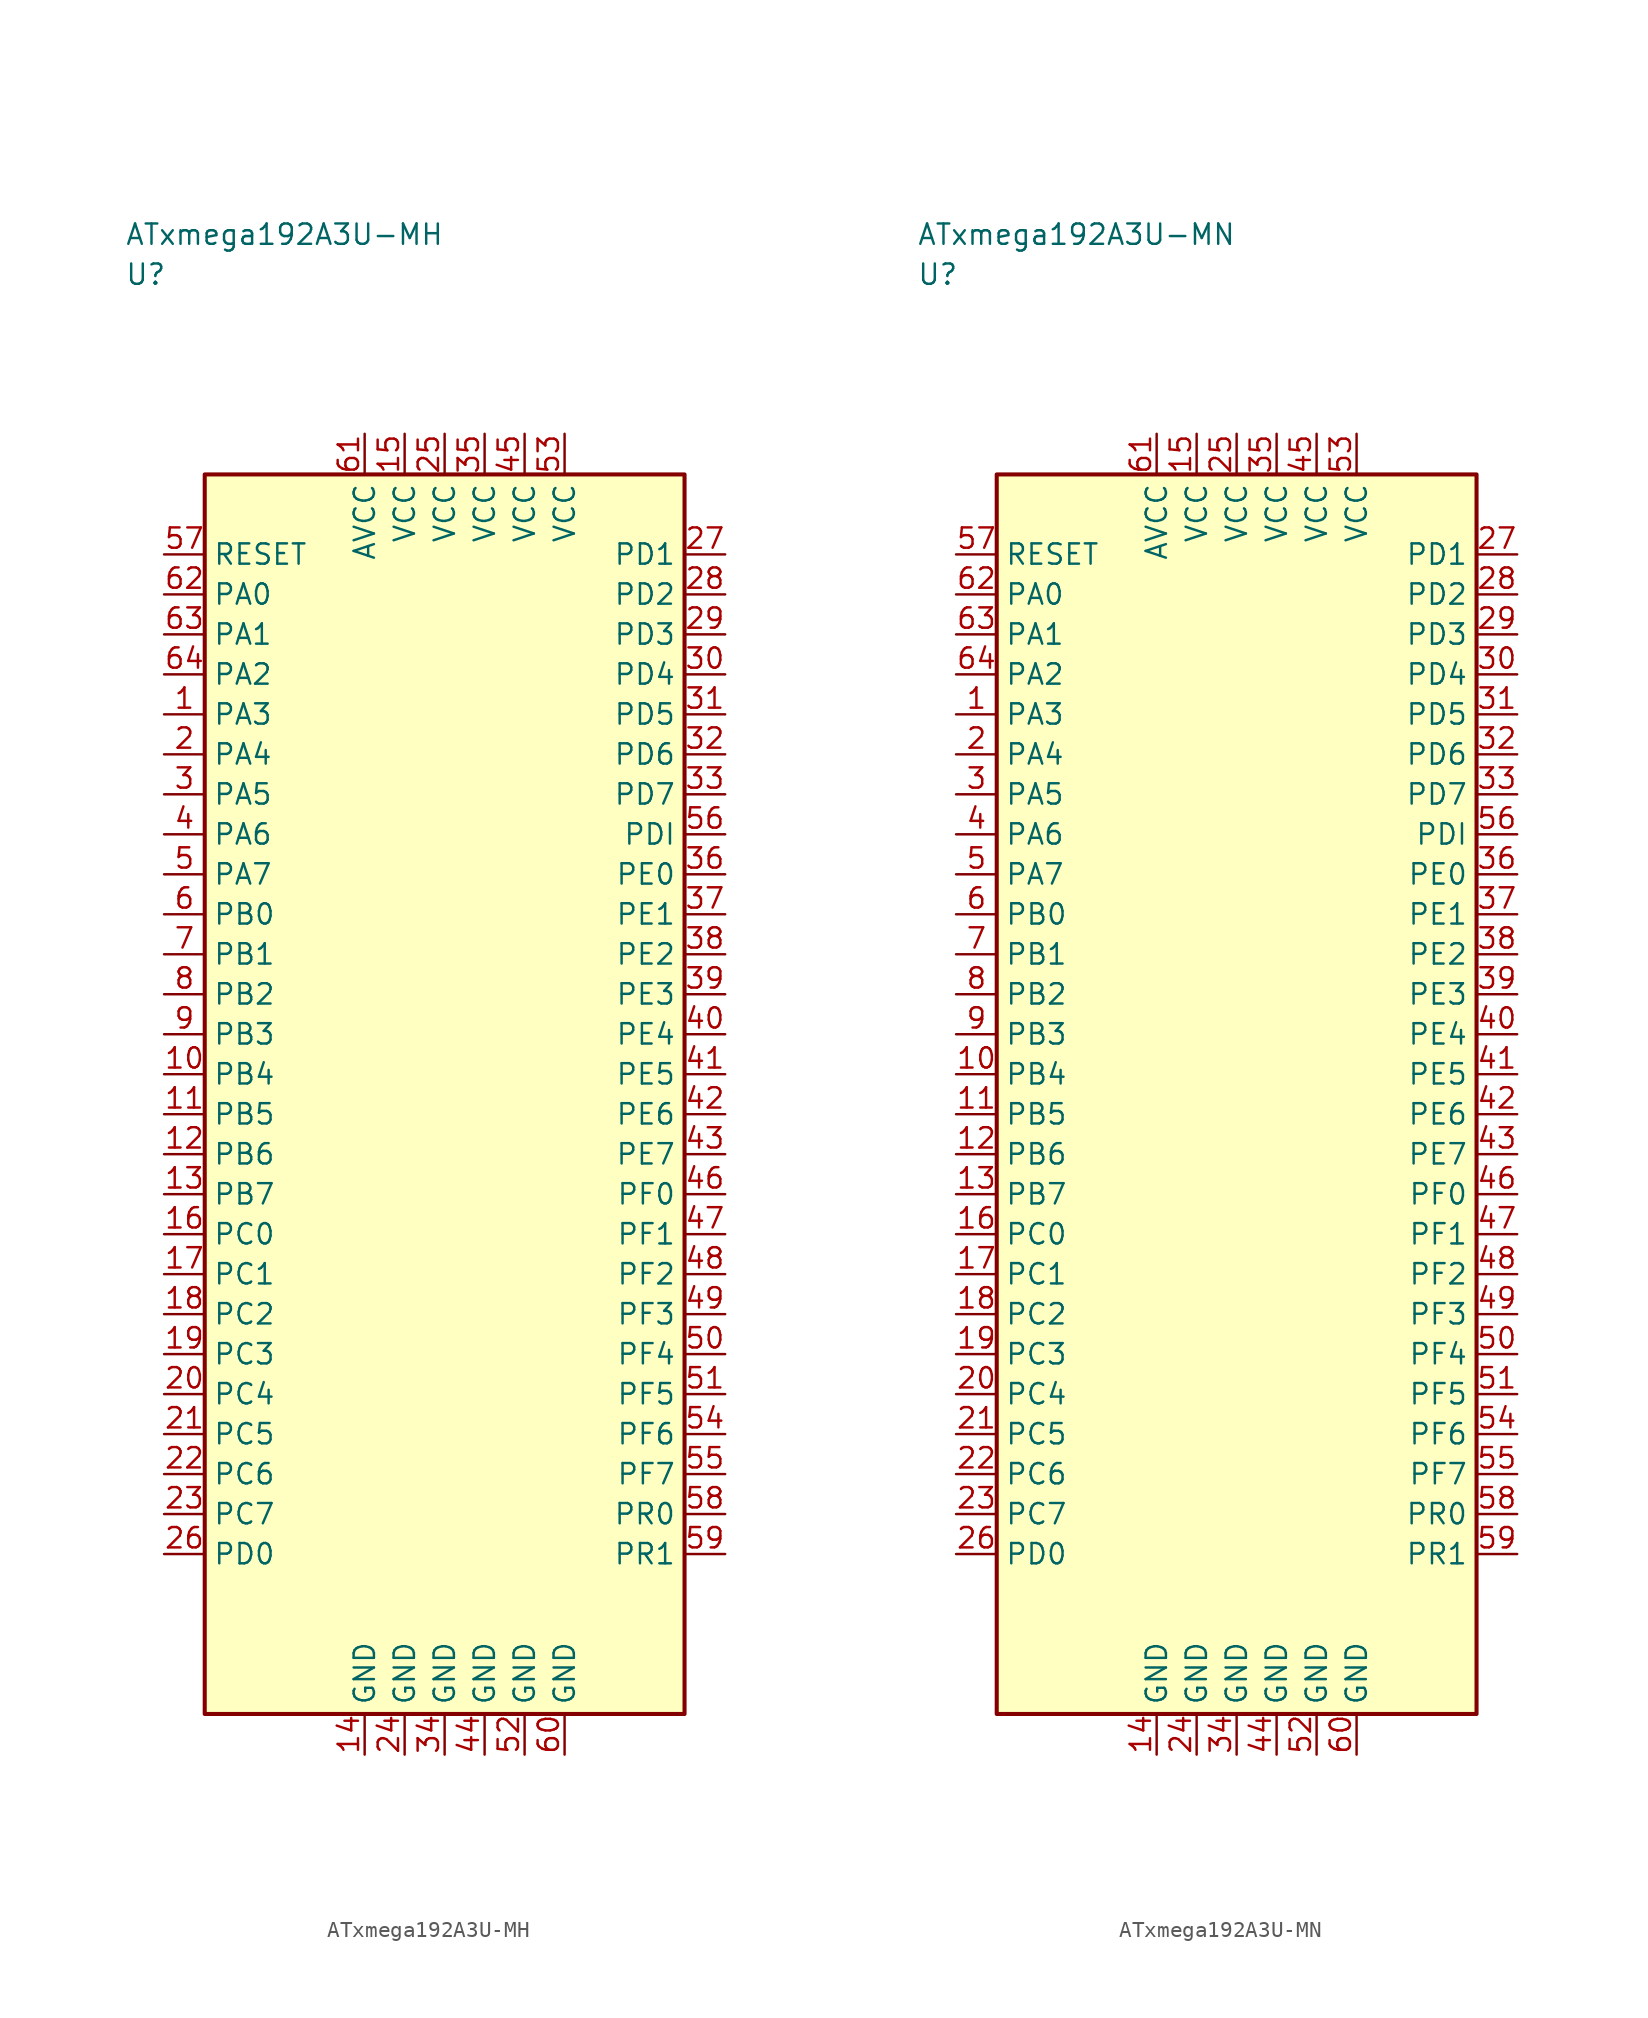
<source format=kicad_sym>
(kicad_symbol_lib
  (version 20241025)
  (generator "kicad_symbol_editor")
  (generator_version "8.0")
  (symbol "ATxmega192A3U-MH"
    (property "Reference" "U"
      (at -20.0 51.25 0)
      (effects (font (size 1.27 1.27)) (justify left)))
    (property "Value" "ATxmega192A3U-MH"
      (at -20.0 53.75 0)
      (effects (font (size 1.27 1.27)) (justify left)))
    (symbol "ATxmega192A3U-MH_0_1"
      (rectangle (start -15.0 38.75) (end 15.0 -38.75) (stroke (width 0.254) (type default)) (fill (type background))))
    (symbol "ATxmega192A3U-MH_1_1"
      (pin bidirectional line (at -17.54 23.75 0.0) (length 2.54) (name "PA3" (effects (font (size 1.27 1.27)))) (number "1" (effects (font (size 1.27 1.27)))))
      (pin bidirectional line (at -17.54 21.25 0.0) (length 2.54) (name "PA4" (effects (font (size 1.27 1.27)))) (number "2" (effects (font (size 1.27 1.27)))))
      (pin bidirectional line (at -17.54 18.75 0.0) (length 2.54) (name "PA5" (effects (font (size 1.27 1.27)))) (number "3" (effects (font (size 1.27 1.27)))))
      (pin bidirectional line (at -17.54 16.25 0.0) (length 2.54) (name "PA6" (effects (font (size 1.27 1.27)))) (number "4" (effects (font (size 1.27 1.27)))))
      (pin bidirectional line (at -17.54 13.75 0.0) (length 2.54) (name "PA7" (effects (font (size 1.27 1.27)))) (number "5" (effects (font (size 1.27 1.27)))))
      (pin bidirectional line (at -17.54 11.25 0.0) (length 2.54) (name "PB0" (effects (font (size 1.27 1.27)))) (number "6" (effects (font (size 1.27 1.27)))))
      (pin bidirectional line (at -17.54 8.75 0.0) (length 2.54) (name "PB1" (effects (font (size 1.27 1.27)))) (number "7" (effects (font (size 1.27 1.27)))))
      (pin bidirectional line (at -17.54 6.25 0.0) (length 2.54) (name "PB2" (effects (font (size 1.27 1.27)))) (number "8" (effects (font (size 1.27 1.27)))))
      (pin bidirectional line (at -17.54 3.75 0.0) (length 2.54) (name "PB3" (effects (font (size 1.27 1.27)))) (number "9" (effects (font (size 1.27 1.27)))))
      (pin bidirectional line (at -17.54 1.25 0.0) (length 2.54) (name "PB4" (effects (font (size 1.27 1.27)))) (number "10" (effects (font (size 1.27 1.27)))))
      (pin bidirectional line (at -17.54 -1.25 0.0) (length 2.54) (name "PB5" (effects (font (size 1.27 1.27)))) (number "11" (effects (font (size 1.27 1.27)))))
      (pin bidirectional line (at -17.54 -3.75 0.0) (length 2.54) (name "PB6" (effects (font (size 1.27 1.27)))) (number "12" (effects (font (size 1.27 1.27)))))
      (pin bidirectional line (at -17.54 -6.25 0.0) (length 2.54) (name "PB7" (effects (font (size 1.27 1.27)))) (number "13" (effects (font (size 1.27 1.27)))))
      (pin passive line (at -5.0 -41.29 90.0) (length 2.54) (name "GND" (effects (font (size 1.27 1.27)))) (number "14" (effects (font (size 1.27 1.27)))))
      (pin power_in line (at -2.5 41.29 270.0) (length 2.54) (name "VCC" (effects (font (size 1.27 1.27)))) (number "15" (effects (font (size 1.27 1.27)))))
      (pin bidirectional line (at -17.54 -8.75 0.0) (length 2.54) (name "PC0" (effects (font (size 1.27 1.27)))) (number "16" (effects (font (size 1.27 1.27)))))
      (pin bidirectional line (at -17.54 -11.25 0.0) (length 2.54) (name "PC1" (effects (font (size 1.27 1.27)))) (number "17" (effects (font (size 1.27 1.27)))))
      (pin bidirectional line (at -17.54 -13.75 0.0) (length 2.54) (name "PC2" (effects (font (size 1.27 1.27)))) (number "18" (effects (font (size 1.27 1.27)))))
      (pin bidirectional line (at -17.54 -16.25 0.0) (length 2.54) (name "PC3" (effects (font (size 1.27 1.27)))) (number "19" (effects (font (size 1.27 1.27)))))
      (pin bidirectional line (at -17.54 -18.75 0.0) (length 2.54) (name "PC4" (effects (font (size 1.27 1.27)))) (number "20" (effects (font (size 1.27 1.27)))))
      (pin bidirectional line (at -17.54 -21.25 0.0) (length 2.54) (name "PC5" (effects (font (size 1.27 1.27)))) (number "21" (effects (font (size 1.27 1.27)))))
      (pin bidirectional line (at -17.54 -23.75 0.0) (length 2.54) (name "PC6" (effects (font (size 1.27 1.27)))) (number "22" (effects (font (size 1.27 1.27)))))
      (pin bidirectional line (at -17.54 -26.25 0.0) (length 2.54) (name "PC7" (effects (font (size 1.27 1.27)))) (number "23" (effects (font (size 1.27 1.27)))))
      (pin passive line (at -2.5 -41.29 90.0) (length 2.54) (name "GND" (effects (font (size 1.27 1.27)))) (number "24" (effects (font (size 1.27 1.27)))))
      (pin power_in line (at 0.0 41.29 270.0) (length 2.54) (name "VCC" (effects (font (size 1.27 1.27)))) (number "25" (effects (font (size 1.27 1.27)))))
      (pin bidirectional line (at -17.54 -28.75 0.0) (length 2.54) (name "PD0" (effects (font (size 1.27 1.27)))) (number "26" (effects (font (size 1.27 1.27)))))
      (pin bidirectional line (at 17.54 33.75 180.0) (length 2.54) (name "PD1" (effects (font (size 1.27 1.27)))) (number "27" (effects (font (size 1.27 1.27)))))
      (pin bidirectional line (at 17.54 31.25 180.0) (length 2.54) (name "PD2" (effects (font (size 1.27 1.27)))) (number "28" (effects (font (size 1.27 1.27)))))
      (pin bidirectional line (at 17.54 28.75 180.0) (length 2.54) (name "PD3" (effects (font (size 1.27 1.27)))) (number "29" (effects (font (size 1.27 1.27)))))
      (pin bidirectional line (at 17.54 26.25 180.0) (length 2.54) (name "PD4" (effects (font (size 1.27 1.27)))) (number "30" (effects (font (size 1.27 1.27)))))
      (pin bidirectional line (at 17.54 23.75 180.0) (length 2.54) (name "PD5" (effects (font (size 1.27 1.27)))) (number "31" (effects (font (size 1.27 1.27)))))
      (pin bidirectional line (at 17.54 21.25 180.0) (length 2.54) (name "PD6" (effects (font (size 1.27 1.27)))) (number "32" (effects (font (size 1.27 1.27)))))
      (pin bidirectional line (at 17.54 18.75 180.0) (length 2.54) (name "PD7" (effects (font (size 1.27 1.27)))) (number "33" (effects (font (size 1.27 1.27)))))
      (pin passive line (at 0.0 -41.29 90.0) (length 2.54) (name "GND" (effects (font (size 1.27 1.27)))) (number "34" (effects (font (size 1.27 1.27)))))
      (pin power_in line (at 2.5 41.29 270.0) (length 2.54) (name "VCC" (effects (font (size 1.27 1.27)))) (number "35" (effects (font (size 1.27 1.27)))))
      (pin bidirectional line (at 17.54 13.75 180.0) (length 2.54) (name "PE0" (effects (font (size 1.27 1.27)))) (number "36" (effects (font (size 1.27 1.27)))))
      (pin bidirectional line (at 17.54 11.25 180.0) (length 2.54) (name "PE1" (effects (font (size 1.27 1.27)))) (number "37" (effects (font (size 1.27 1.27)))))
      (pin bidirectional line (at 17.54 8.75 180.0) (length 2.54) (name "PE2" (effects (font (size 1.27 1.27)))) (number "38" (effects (font (size 1.27 1.27)))))
      (pin bidirectional line (at 17.54 6.25 180.0) (length 2.54) (name "PE3" (effects (font (size 1.27 1.27)))) (number "39" (effects (font (size 1.27 1.27)))))
      (pin bidirectional line (at 17.54 3.75 180.0) (length 2.54) (name "PE4" (effects (font (size 1.27 1.27)))) (number "40" (effects (font (size 1.27 1.27)))))
      (pin bidirectional line (at 17.54 1.25 180.0) (length 2.54) (name "PE5" (effects (font (size 1.27 1.27)))) (number "41" (effects (font (size 1.27 1.27)))))
      (pin bidirectional line (at 17.54 -1.25 180.0) (length 2.54) (name "PE6" (effects (font (size 1.27 1.27)))) (number "42" (effects (font (size 1.27 1.27)))))
      (pin bidirectional line (at 17.54 -3.75 180.0) (length 2.54) (name "PE7" (effects (font (size 1.27 1.27)))) (number "43" (effects (font (size 1.27 1.27)))))
      (pin passive line (at 2.5 -41.29 90.0) (length 2.54) (name "GND" (effects (font (size 1.27 1.27)))) (number "44" (effects (font (size 1.27 1.27)))))
      (pin power_in line (at 5.0 41.29 270.0) (length 2.54) (name "VCC" (effects (font (size 1.27 1.27)))) (number "45" (effects (font (size 1.27 1.27)))))
      (pin bidirectional line (at 17.54 -6.25 180.0) (length 2.54) (name "PF0" (effects (font (size 1.27 1.27)))) (number "46" (effects (font (size 1.27 1.27)))))
      (pin bidirectional line (at 17.54 -8.75 180.0) (length 2.54) (name "PF1" (effects (font (size 1.27 1.27)))) (number "47" (effects (font (size 1.27 1.27)))))
      (pin bidirectional line (at 17.54 -11.25 180.0) (length 2.54) (name "PF2" (effects (font (size 1.27 1.27)))) (number "48" (effects (font (size 1.27 1.27)))))
      (pin bidirectional line (at 17.54 -13.75 180.0) (length 2.54) (name "PF3" (effects (font (size 1.27 1.27)))) (number "49" (effects (font (size 1.27 1.27)))))
      (pin bidirectional line (at 17.54 -16.25 180.0) (length 2.54) (name "PF4" (effects (font (size 1.27 1.27)))) (number "50" (effects (font (size 1.27 1.27)))))
      (pin bidirectional line (at 17.54 -18.75 180.0) (length 2.54) (name "PF5" (effects (font (size 1.27 1.27)))) (number "51" (effects (font (size 1.27 1.27)))))
      (pin passive line (at 5.0 -41.29 90.0) (length 2.54) (name "GND" (effects (font (size 1.27 1.27)))) (number "52" (effects (font (size 1.27 1.27)))))
      (pin power_in line (at 7.5 41.29 270.0) (length 2.54) (name "VCC" (effects (font (size 1.27 1.27)))) (number "53" (effects (font (size 1.27 1.27)))))
      (pin bidirectional line (at 17.54 -21.25 180.0) (length 2.54) (name "PF6" (effects (font (size 1.27 1.27)))) (number "54" (effects (font (size 1.27 1.27)))))
      (pin bidirectional line (at 17.54 -23.75 180.0) (length 2.54) (name "PF7" (effects (font (size 1.27 1.27)))) (number "55" (effects (font (size 1.27 1.27)))))
      (pin bidirectional line (at 17.54 16.25 180.0) (length 2.54) (name "PDI" (effects (font (size 1.27 1.27)))) (number "56" (effects (font (size 1.27 1.27)))))
      (pin input line (at -17.54 33.75 0.0) (length 2.54) (name "RESET" (effects (font (size 1.27 1.27)))) (number "57" (effects (font (size 1.27 1.27)))))
      (pin bidirectional line (at 17.54 -26.25 180.0) (length 2.54) (name "PR0" (effects (font (size 1.27 1.27)))) (number "58" (effects (font (size 1.27 1.27)))))
      (pin bidirectional line (at 17.54 -28.75 180.0) (length 2.54) (name "PR1" (effects (font (size 1.27 1.27)))) (number "59" (effects (font (size 1.27 1.27)))))
      (pin passive line (at 7.5 -41.29 90.0) (length 2.54) (name "GND" (effects (font (size 1.27 1.27)))) (number "60" (effects (font (size 1.27 1.27)))))
      (pin power_in line (at -5.0 41.29 270.0) (length 2.54) (name "AVCC" (effects (font (size 1.27 1.27)))) (number "61" (effects (font (size 1.27 1.27)))))
      (pin bidirectional line (at -17.54 31.25 0.0) (length 2.54) (name "PA0" (effects (font (size 1.27 1.27)))) (number "62" (effects (font (size 1.27 1.27)))))
      (pin bidirectional line (at -17.54 28.75 0.0) (length 2.54) (name "PA1" (effects (font (size 1.27 1.27)))) (number "63" (effects (font (size 1.27 1.27)))))
      (pin bidirectional line (at -17.54 26.25 0.0) (length 2.54) (name "PA2" (effects (font (size 1.27 1.27)))) (number "64" (effects (font (size 1.27 1.27)))))))
  (symbol "ATxmega192A3U-MN"
    (property "Reference" "U"
      (at -20.0 51.25 0)
      (effects (font (size 1.27 1.27)) (justify left)))
    (property "Value" "ATxmega192A3U-MN"
      (at -20.0 53.75 0)
      (effects (font (size 1.27 1.27)) (justify left)))
    (symbol "ATxmega192A3U-MN_0_1"
      (rectangle (start -15.0 38.75) (end 15.0 -38.75) (stroke (width 0.254) (type default)) (fill (type background))))
    (symbol "ATxmega192A3U-MN_1_1"
      (pin bidirectional line (at -17.54 23.75 0.0) (length 2.54) (name "PA3" (effects (font (size 1.27 1.27)))) (number "1" (effects (font (size 1.27 1.27)))))
      (pin bidirectional line (at -17.54 21.25 0.0) (length 2.54) (name "PA4" (effects (font (size 1.27 1.27)))) (number "2" (effects (font (size 1.27 1.27)))))
      (pin bidirectional line (at -17.54 18.75 0.0) (length 2.54) (name "PA5" (effects (font (size 1.27 1.27)))) (number "3" (effects (font (size 1.27 1.27)))))
      (pin bidirectional line (at -17.54 16.25 0.0) (length 2.54) (name "PA6" (effects (font (size 1.27 1.27)))) (number "4" (effects (font (size 1.27 1.27)))))
      (pin bidirectional line (at -17.54 13.75 0.0) (length 2.54) (name "PA7" (effects (font (size 1.27 1.27)))) (number "5" (effects (font (size 1.27 1.27)))))
      (pin bidirectional line (at -17.54 11.25 0.0) (length 2.54) (name "PB0" (effects (font (size 1.27 1.27)))) (number "6" (effects (font (size 1.27 1.27)))))
      (pin bidirectional line (at -17.54 8.75 0.0) (length 2.54) (name "PB1" (effects (font (size 1.27 1.27)))) (number "7" (effects (font (size 1.27 1.27)))))
      (pin bidirectional line (at -17.54 6.25 0.0) (length 2.54) (name "PB2" (effects (font (size 1.27 1.27)))) (number "8" (effects (font (size 1.27 1.27)))))
      (pin bidirectional line (at -17.54 3.75 0.0) (length 2.54) (name "PB3" (effects (font (size 1.27 1.27)))) (number "9" (effects (font (size 1.27 1.27)))))
      (pin bidirectional line (at -17.54 1.25 0.0) (length 2.54) (name "PB4" (effects (font (size 1.27 1.27)))) (number "10" (effects (font (size 1.27 1.27)))))
      (pin bidirectional line (at -17.54 -1.25 0.0) (length 2.54) (name "PB5" (effects (font (size 1.27 1.27)))) (number "11" (effects (font (size 1.27 1.27)))))
      (pin bidirectional line (at -17.54 -3.75 0.0) (length 2.54) (name "PB6" (effects (font (size 1.27 1.27)))) (number "12" (effects (font (size 1.27 1.27)))))
      (pin bidirectional line (at -17.54 -6.25 0.0) (length 2.54) (name "PB7" (effects (font (size 1.27 1.27)))) (number "13" (effects (font (size 1.27 1.27)))))
      (pin passive line (at -5.0 -41.29 90.0) (length 2.54) (name "GND" (effects (font (size 1.27 1.27)))) (number "14" (effects (font (size 1.27 1.27)))))
      (pin power_in line (at -2.5 41.29 270.0) (length 2.54) (name "VCC" (effects (font (size 1.27 1.27)))) (number "15" (effects (font (size 1.27 1.27)))))
      (pin bidirectional line (at -17.54 -8.75 0.0) (length 2.54) (name "PC0" (effects (font (size 1.27 1.27)))) (number "16" (effects (font (size 1.27 1.27)))))
      (pin bidirectional line (at -17.54 -11.25 0.0) (length 2.54) (name "PC1" (effects (font (size 1.27 1.27)))) (number "17" (effects (font (size 1.27 1.27)))))
      (pin bidirectional line (at -17.54 -13.75 0.0) (length 2.54) (name "PC2" (effects (font (size 1.27 1.27)))) (number "18" (effects (font (size 1.27 1.27)))))
      (pin bidirectional line (at -17.54 -16.25 0.0) (length 2.54) (name "PC3" (effects (font (size 1.27 1.27)))) (number "19" (effects (font (size 1.27 1.27)))))
      (pin bidirectional line (at -17.54 -18.75 0.0) (length 2.54) (name "PC4" (effects (font (size 1.27 1.27)))) (number "20" (effects (font (size 1.27 1.27)))))
      (pin bidirectional line (at -17.54 -21.25 0.0) (length 2.54) (name "PC5" (effects (font (size 1.27 1.27)))) (number "21" (effects (font (size 1.27 1.27)))))
      (pin bidirectional line (at -17.54 -23.75 0.0) (length 2.54) (name "PC6" (effects (font (size 1.27 1.27)))) (number "22" (effects (font (size 1.27 1.27)))))
      (pin bidirectional line (at -17.54 -26.25 0.0) (length 2.54) (name "PC7" (effects (font (size 1.27 1.27)))) (number "23" (effects (font (size 1.27 1.27)))))
      (pin passive line (at -2.5 -41.29 90.0) (length 2.54) (name "GND" (effects (font (size 1.27 1.27)))) (number "24" (effects (font (size 1.27 1.27)))))
      (pin power_in line (at 0.0 41.29 270.0) (length 2.54) (name "VCC" (effects (font (size 1.27 1.27)))) (number "25" (effects (font (size 1.27 1.27)))))
      (pin bidirectional line (at -17.54 -28.75 0.0) (length 2.54) (name "PD0" (effects (font (size 1.27 1.27)))) (number "26" (effects (font (size 1.27 1.27)))))
      (pin bidirectional line (at 17.54 33.75 180.0) (length 2.54) (name "PD1" (effects (font (size 1.27 1.27)))) (number "27" (effects (font (size 1.27 1.27)))))
      (pin bidirectional line (at 17.54 31.25 180.0) (length 2.54) (name "PD2" (effects (font (size 1.27 1.27)))) (number "28" (effects (font (size 1.27 1.27)))))
      (pin bidirectional line (at 17.54 28.75 180.0) (length 2.54) (name "PD3" (effects (font (size 1.27 1.27)))) (number "29" (effects (font (size 1.27 1.27)))))
      (pin bidirectional line (at 17.54 26.25 180.0) (length 2.54) (name "PD4" (effects (font (size 1.27 1.27)))) (number "30" (effects (font (size 1.27 1.27)))))
      (pin bidirectional line (at 17.54 23.75 180.0) (length 2.54) (name "PD5" (effects (font (size 1.27 1.27)))) (number "31" (effects (font (size 1.27 1.27)))))
      (pin bidirectional line (at 17.54 21.25 180.0) (length 2.54) (name "PD6" (effects (font (size 1.27 1.27)))) (number "32" (effects (font (size 1.27 1.27)))))
      (pin bidirectional line (at 17.54 18.75 180.0) (length 2.54) (name "PD7" (effects (font (size 1.27 1.27)))) (number "33" (effects (font (size 1.27 1.27)))))
      (pin passive line (at 0.0 -41.29 90.0) (length 2.54) (name "GND" (effects (font (size 1.27 1.27)))) (number "34" (effects (font (size 1.27 1.27)))))
      (pin power_in line (at 2.5 41.29 270.0) (length 2.54) (name "VCC" (effects (font (size 1.27 1.27)))) (number "35" (effects (font (size 1.27 1.27)))))
      (pin bidirectional line (at 17.54 13.75 180.0) (length 2.54) (name "PE0" (effects (font (size 1.27 1.27)))) (number "36" (effects (font (size 1.27 1.27)))))
      (pin bidirectional line (at 17.54 11.25 180.0) (length 2.54) (name "PE1" (effects (font (size 1.27 1.27)))) (number "37" (effects (font (size 1.27 1.27)))))
      (pin bidirectional line (at 17.54 8.75 180.0) (length 2.54) (name "PE2" (effects (font (size 1.27 1.27)))) (number "38" (effects (font (size 1.27 1.27)))))
      (pin bidirectional line (at 17.54 6.25 180.0) (length 2.54) (name "PE3" (effects (font (size 1.27 1.27)))) (number "39" (effects (font (size 1.27 1.27)))))
      (pin bidirectional line (at 17.54 3.75 180.0) (length 2.54) (name "PE4" (effects (font (size 1.27 1.27)))) (number "40" (effects (font (size 1.27 1.27)))))
      (pin bidirectional line (at 17.54 1.25 180.0) (length 2.54) (name "PE5" (effects (font (size 1.27 1.27)))) (number "41" (effects (font (size 1.27 1.27)))))
      (pin bidirectional line (at 17.54 -1.25 180.0) (length 2.54) (name "PE6" (effects (font (size 1.27 1.27)))) (number "42" (effects (font (size 1.27 1.27)))))
      (pin bidirectional line (at 17.54 -3.75 180.0) (length 2.54) (name "PE7" (effects (font (size 1.27 1.27)))) (number "43" (effects (font (size 1.27 1.27)))))
      (pin passive line (at 2.5 -41.29 90.0) (length 2.54) (name "GND" (effects (font (size 1.27 1.27)))) (number "44" (effects (font (size 1.27 1.27)))))
      (pin power_in line (at 5.0 41.29 270.0) (length 2.54) (name "VCC" (effects (font (size 1.27 1.27)))) (number "45" (effects (font (size 1.27 1.27)))))
      (pin bidirectional line (at 17.54 -6.25 180.0) (length 2.54) (name "PF0" (effects (font (size 1.27 1.27)))) (number "46" (effects (font (size 1.27 1.27)))))
      (pin bidirectional line (at 17.54 -8.75 180.0) (length 2.54) (name "PF1" (effects (font (size 1.27 1.27)))) (number "47" (effects (font (size 1.27 1.27)))))
      (pin bidirectional line (at 17.54 -11.25 180.0) (length 2.54) (name "PF2" (effects (font (size 1.27 1.27)))) (number "48" (effects (font (size 1.27 1.27)))))
      (pin bidirectional line (at 17.54 -13.75 180.0) (length 2.54) (name "PF3" (effects (font (size 1.27 1.27)))) (number "49" (effects (font (size 1.27 1.27)))))
      (pin bidirectional line (at 17.54 -16.25 180.0) (length 2.54) (name "PF4" (effects (font (size 1.27 1.27)))) (number "50" (effects (font (size 1.27 1.27)))))
      (pin bidirectional line (at 17.54 -18.75 180.0) (length 2.54) (name "PF5" (effects (font (size 1.27 1.27)))) (number "51" (effects (font (size 1.27 1.27)))))
      (pin passive line (at 5.0 -41.29 90.0) (length 2.54) (name "GND" (effects (font (size 1.27 1.27)))) (number "52" (effects (font (size 1.27 1.27)))))
      (pin power_in line (at 7.5 41.29 270.0) (length 2.54) (name "VCC" (effects (font (size 1.27 1.27)))) (number "53" (effects (font (size 1.27 1.27)))))
      (pin bidirectional line (at 17.54 -21.25 180.0) (length 2.54) (name "PF6" (effects (font (size 1.27 1.27)))) (number "54" (effects (font (size 1.27 1.27)))))
      (pin bidirectional line (at 17.54 -23.75 180.0) (length 2.54) (name "PF7" (effects (font (size 1.27 1.27)))) (number "55" (effects (font (size 1.27 1.27)))))
      (pin bidirectional line (at 17.54 16.25 180.0) (length 2.54) (name "PDI" (effects (font (size 1.27 1.27)))) (number "56" (effects (font (size 1.27 1.27)))))
      (pin input line (at -17.54 33.75 0.0) (length 2.54) (name "RESET" (effects (font (size 1.27 1.27)))) (number "57" (effects (font (size 1.27 1.27)))))
      (pin bidirectional line (at 17.54 -26.25 180.0) (length 2.54) (name "PR0" (effects (font (size 1.27 1.27)))) (number "58" (effects (font (size 1.27 1.27)))))
      (pin bidirectional line (at 17.54 -28.75 180.0) (length 2.54) (name "PR1" (effects (font (size 1.27 1.27)))) (number "59" (effects (font (size 1.27 1.27)))))
      (pin passive line (at 7.5 -41.29 90.0) (length 2.54) (name "GND" (effects (font (size 1.27 1.27)))) (number "60" (effects (font (size 1.27 1.27)))))
      (pin power_in line (at -5.0 41.29 270.0) (length 2.54) (name "AVCC" (effects (font (size 1.27 1.27)))) (number "61" (effects (font (size 1.27 1.27)))))
      (pin bidirectional line (at -17.54 31.25 0.0) (length 2.54) (name "PA0" (effects (font (size 1.27 1.27)))) (number "62" (effects (font (size 1.27 1.27)))))
      (pin bidirectional line (at -17.54 28.75 0.0) (length 2.54) (name "PA1" (effects (font (size 1.27 1.27)))) (number "63" (effects (font (size 1.27 1.27)))))
      (pin bidirectional line (at -17.54 26.25 0.0) (length 2.54) (name "PA2" (effects (font (size 1.27 1.27)))) (number "64" (effects (font (size 1.27 1.27))))))))
</source>
